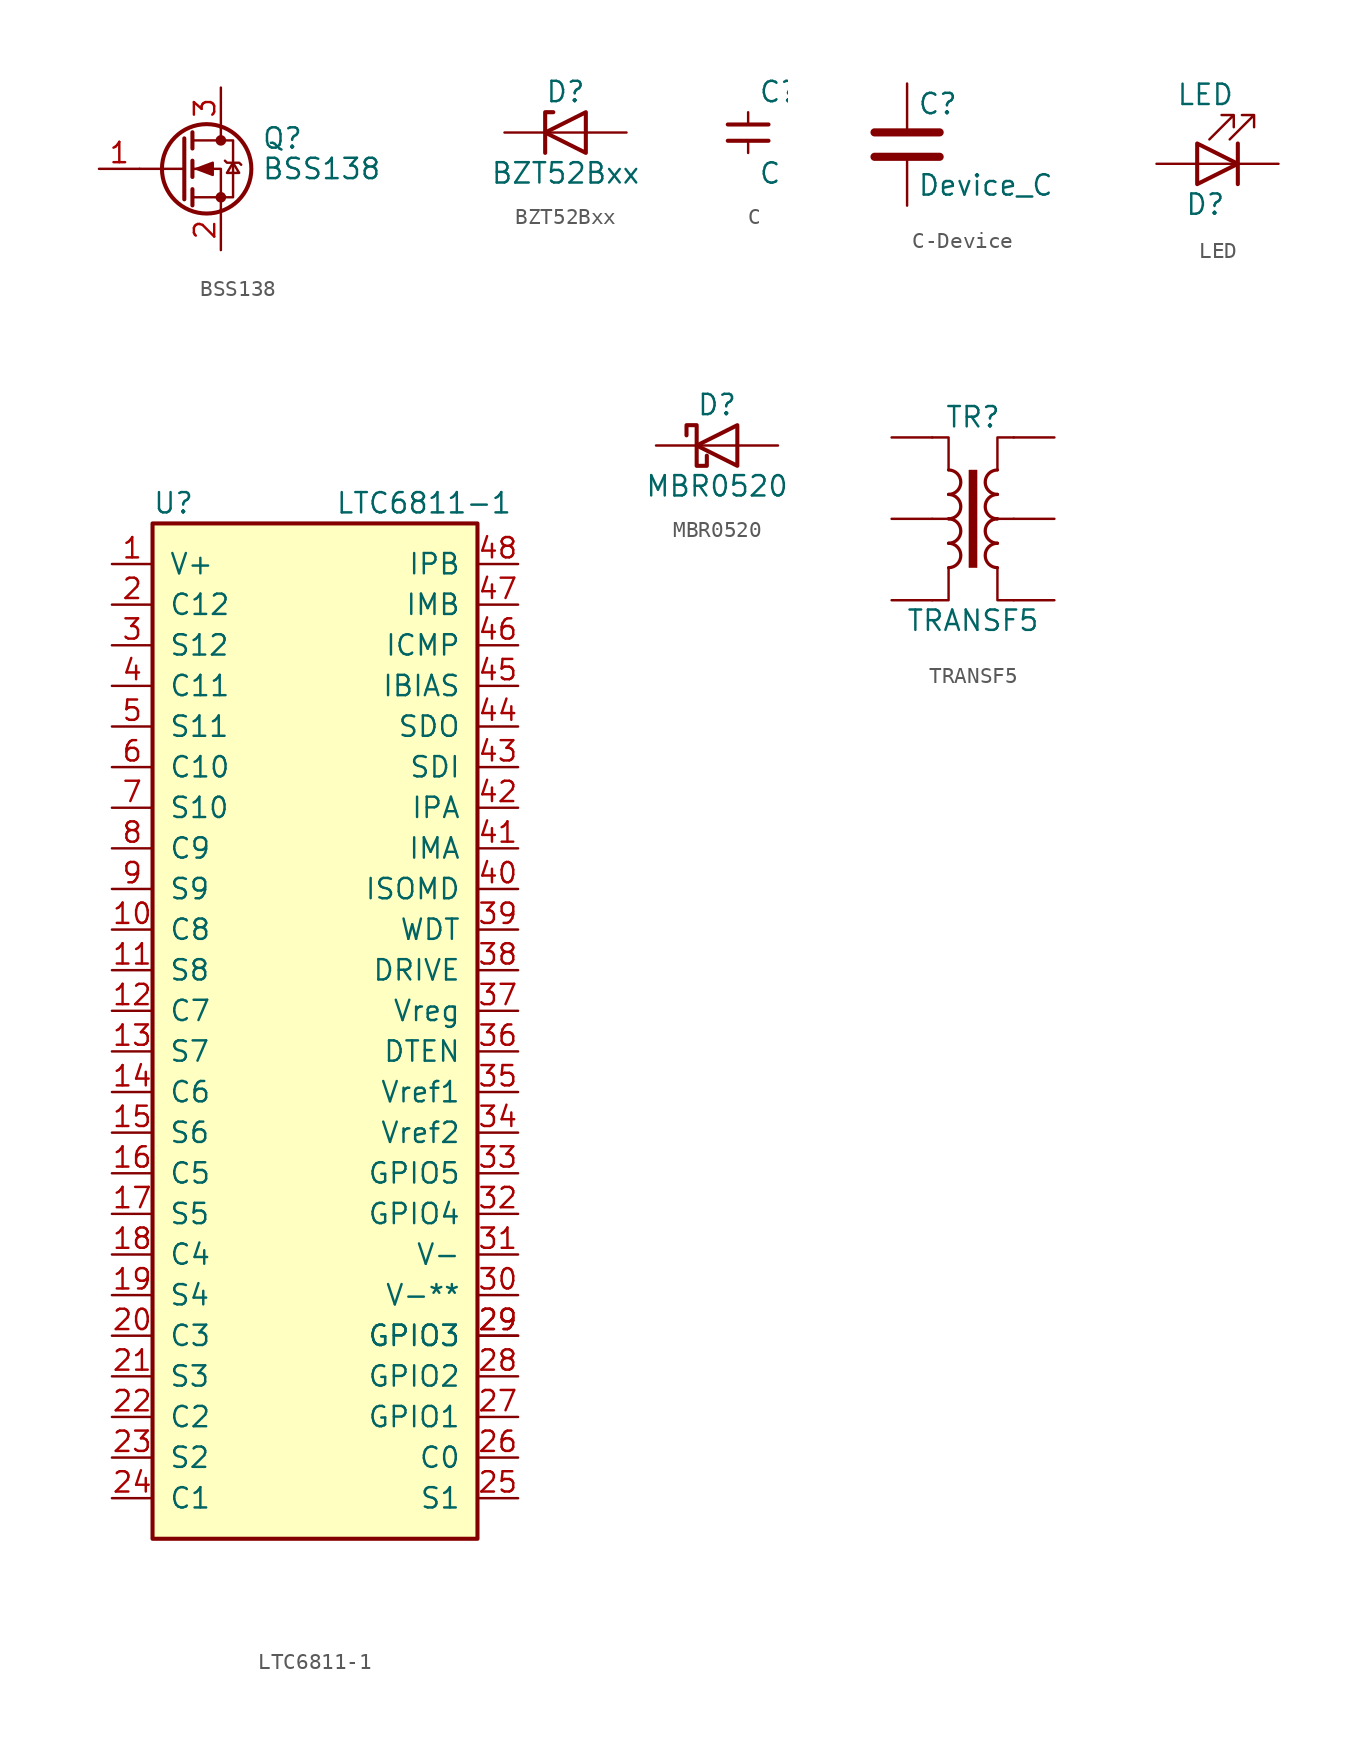
<source format=kicad_sym>
(kicad_symbol_lib
  (version 20220914)
  (generator kicad_symbol_editor)
  (symbol "BSS138"
    (pin_names hide)
    (property "Reference" "Q"
      (at 5.08 1.905 0)
      (effects (font (size 1.27 1.27)) (justify left)))
    (property "Value" "BSS138"
      (at 5.08 0 0)
      (effects (font (size 1.27 1.27)) (justify left)))
    (symbol "BSS138_0_1"
      (polyline (pts (xy 0.254 0) (xy -2.54 0)) (stroke (width 0) (type default)) (fill (type none)))
      (polyline (pts (xy 0.254 1.905) (xy 0.254 -1.905)) (stroke (width 0.254) (type default)) (fill (type none)))
      (polyline (pts (xy 0.762 -1.27) (xy 0.762 -2.286)) (stroke (width 0.254) (type default)) (fill (type none)))
      (polyline (pts (xy 0.762 0.508) (xy 0.762 -0.508)) (stroke (width 0.254) (type default)) (fill (type none)))
      (polyline (pts (xy 0.762 2.286) (xy 0.762 1.27)) (stroke (width 0.254) (type default)) (fill (type none)))
      (polyline (pts (xy 2.54 2.54) (xy 2.54 1.778)) (stroke (width 0) (type default)) (fill (type none)))
      (polyline (pts (xy 2.54 -2.54) (xy 2.54 0) (xy 0.762 0)) (stroke (width 0) (type default)) (fill (type none)))
      (polyline (pts (xy 0.762 -1.778) (xy 3.302 -1.778) (xy 3.302 1.778) (xy 0.762 1.778)) (stroke (width 0) (type default)) (fill (type none)))
      (polyline (pts (xy 1.016 0) (xy 2.032 0.381) (xy 2.032 -0.381) (xy 1.016 0)) (stroke (width 0) (type default)) (fill (type outline)))
      (polyline (pts (xy 2.794 0.508) (xy 2.921 0.381) (xy 3.683 0.381) (xy 3.81 0.254)) (stroke (width 0) (type default)) (fill (type none)))
      (polyline (pts (xy 3.302 0.381) (xy 2.921 -0.254) (xy 3.683 -0.254) (xy 3.302 0.381)) (stroke (width 0) (type default)) (fill (type none)))
      (circle (center 1.651 0) (radius 2.794) (stroke (width 0.254) (type default)) (fill (type none)))
      (circle (center 2.54 -1.778) (radius 0.254) (stroke (width 0) (type default)) (fill (type outline)))
      (circle (center 2.54 1.778) (radius 0.254) (stroke (width 0) (type default)) (fill (type outline))))
    (symbol "BSS138_1_1"
      (pin input line (at -5.08 0 0) (length 2.54) (name "G" (effects (font (size 1.27 1.27)))) (number "1" (effects (font (size 1.27 1.27)))))
      (pin passive line (at 2.54 -5.08 90) (length 2.54) (name "S" (effects (font (size 1.27 1.27)))) (number "2" (effects (font (size 1.27 1.27)))))
      (pin passive line (at 2.54 5.08 270) (length 2.54) (name "D" (effects (font (size 1.27 1.27)))) (number "3" (effects (font (size 1.27 1.27)))))))
  (symbol "BZT52Bxx"
    (pin_numbers hide)
    (pin_names hide)
    (property "Reference" "D"
      (at 0 2.54 0)
      (effects (font (size 1.27 1.27))))
    (property "Value" "BZT52Bxx"
      (at 0 -2.54 0)
      (effects (font (size 1.27 1.27))))
    (symbol "BZT52Bxx_0_1"
      (polyline (pts (xy 1.27 0) (xy -1.27 0)) (stroke (width 0) (type default)) (fill (type none)))
      (polyline (pts (xy -1.27 -1.27) (xy -1.27 1.27) (xy -0.762 1.27)) (stroke (width 0.254) (type default)) (fill (type none)))
      (polyline (pts (xy 1.27 -1.27) (xy 1.27 1.27) (xy -1.27 0) (xy 1.27 -1.27)) (stroke (width 0.254) (type default)) (fill (type none))))
    (symbol "BZT52Bxx_1_1"
      (pin passive line (at -3.81 0 0) (length 2.54) (name "K" (effects (font (size 1.27 1.27)))) (number "1" (effects (font (size 1.27 1.27)))))
      (pin passive line (at 3.81 0 180) (length 2.54) (name "A" (effects (font (size 1.27 1.27)))) (number "2" (effects (font (size 1.27 1.27)))))))
  (symbol "C"
    (pin_numbers hide)
    (pin_names
      (offset 0.254))
    (property "Reference" "C"
      (at 0.635 2.54 0)
      (effects (font (size 1.27 1.27)) (justify left)))
    (property "Value" "C"
      (at 0.635 -2.54 0)
      (effects (font (size 1.27 1.27)) (justify left)))
    (symbol "C_1_1"
      (polyline (pts (xy -1.27 -0.508) (xy 1.27 -0.508)) (stroke (width 0.254) (type default)) (fill (type none)))
      (polyline (pts (xy -1.27 0.508) (xy 1.27 0.508)) (stroke (width 0.254) (type default)) (fill (type none)))
      (pin passive line (at 0 1.27 270) (length 0.762) (name "~" (effects (font (size 1.27 1.27)))) (number "1" (effects (font (size 1.27 1.27)))))
      (pin passive line (at 0 -1.27 90) (length 0.762) (name "~" (effects (font (size 1.27 1.27)))) (number "2" (effects (font (size 1.27 1.27)))))))
  (symbol "C-Device"
    (pin_numbers hide)
    (pin_names
      (offset 0.254))
    (property "Reference" "C"
      (at 0.635 2.54 0)
      (effects (font (size 1.27 1.27)) (justify left)))
    (property "Value" "Device_C"
      (at 0.635 -2.54 0)
      (effects (font (size 1.27 1.27)) (justify left)))
    (symbol "C-Device_0_1"
      (polyline (pts (xy -2.032 -0.762) (xy 2.032 -0.762)) (stroke (width 0.508) (type solid)) (fill (type none)))
      (polyline (pts (xy -2.032 0.762) (xy 2.032 0.762)) (stroke (width 0.508) (type solid)) (fill (type none))))
    (symbol "C-Device_1_1"
      (pin passive line (at 0 3.81 270) (length 2.794) (name "~" (effects (font (size 1.27 1.27)))) (number "1" (effects (font (size 1.27 1.27)))))
      (pin passive line (at 0 -3.81 90) (length 2.794) (name "~" (effects (font (size 1.27 1.27)))) (number "2" (effects (font (size 1.27 1.27)))))))
  (symbol "LED"
    (pin_numbers hide)
    (pin_names
      (offset 1.016) hide)
    (property "Reference" "D"
      (at -0.762 -2.54 0)
      (effects (font (size 1.27 1.27))))
    (property "Value" "LED"
      (at -0.762 4.318 0)
      (effects (font (size 1.27 1.27))))
    (symbol "LED_0_1"
      (polyline (pts (xy 1.27 0) (xy -1.27 0)) (stroke (width 0) (type default)) (fill (type none)))
      (polyline (pts (xy 1.27 1.27) (xy 1.27 -1.27)) (stroke (width 0.254) (type default)) (fill (type none)))
      (polyline (pts (xy -1.27 1.27) (xy -1.27 -1.27) (xy 1.27 0) (xy -1.27 1.27)) (stroke (width 0.254) (type default)) (fill (type none)))
      (polyline (pts (xy -0.508 1.524) (xy 1.016 3.048) (xy 0.254 3.048) (xy 1.016 3.048) (xy 1.016 2.286)) (stroke (width 0) (type default)) (fill (type none)))
      (polyline (pts (xy 0.762 1.524) (xy 2.286 3.048) (xy 1.524 3.048) (xy 2.286 3.048) (xy 2.286 2.286)) (stroke (width 0) (type default)) (fill (type none))))
    (symbol "LED_1_1"
      (pin passive line (at 3.81 0 180) (length 2.54) (name "K" (effects (font (size 1.27 1.27)))) (number "1" (effects (font (size 1.27 1.27)))))
      (pin passive line (at -3.81 0 0) (length 2.54) (name "A" (effects (font (size 1.27 1.27)))) (number "2" (effects (font (size 1.27 1.27)))))))
  (symbol "LTC6811-1"
    (pin_names
      (offset 1.016))
    (property "Reference" "U"
      (at -10.16 34.29 0)
      (effects (font (size 1.27 1.27)) (justify left)))
    (property "Value" "LTC6811-1"
      (at 1.27 34.29 0)
      (effects (font (size 1.27 1.27)) (justify left)))
    (symbol "LTC6811-1_0_1"
      (rectangle (start 10.16 -30.48) (end -10.16 33.02) (stroke (width 0.254) (type solid)) (fill (type background))))
    (symbol "LTC6811-1_1_1"
      (pin input line (at -12.7 30.48 0) (length 2.54) (name "V+" (effects (font (size 1.27 1.27)))) (number "1" (effects (font (size 1.27 1.27)))))
      (pin input line (at -12.7 7.62 0) (length 2.54) (name "C8" (effects (font (size 1.27 1.27)))) (number "10" (effects (font (size 1.27 1.27)))))
      (pin input line (at -12.7 5.08 0) (length 2.54) (name "S8" (effects (font (size 1.27 1.27)))) (number "11" (effects (font (size 1.27 1.27)))))
      (pin input line (at -12.7 2.54 0) (length 2.54) (name "C7" (effects (font (size 1.27 1.27)))) (number "12" (effects (font (size 1.27 1.27)))))
      (pin input line (at -12.7 0 0) (length 2.54) (name "S7" (effects (font (size 1.27 1.27)))) (number "13" (effects (font (size 1.27 1.27)))))
      (pin input line (at -12.7 -2.54 0) (length 2.54) (name "C6" (effects (font (size 1.27 1.27)))) (number "14" (effects (font (size 1.27 1.27)))))
      (pin input line (at -12.7 -5.08 0) (length 2.54) (name "S6" (effects (font (size 1.27 1.27)))) (number "15" (effects (font (size 1.27 1.27)))))
      (pin input line (at -12.7 -7.62 0) (length 2.54) (name "C5" (effects (font (size 1.27 1.27)))) (number "16" (effects (font (size 1.27 1.27)))))
      (pin input line (at -12.7 -10.16 0) (length 2.54) (name "S5" (effects (font (size 1.27 1.27)))) (number "17" (effects (font (size 1.27 1.27)))))
      (pin input line (at -12.7 -12.7 0) (length 2.54) (name "C4" (effects (font (size 1.27 1.27)))) (number "18" (effects (font (size 1.27 1.27)))))
      (pin input line (at -12.7 -15.24 0) (length 2.54) (name "S4" (effects (font (size 1.27 1.27)))) (number "19" (effects (font (size 1.27 1.27)))))
      (pin input line (at -12.7 27.94 0) (length 2.54) (name "C12" (effects (font (size 1.27 1.27)))) (number "2" (effects (font (size 1.27 1.27)))))
      (pin input line (at -12.7 -17.78 0) (length 2.54) (name "C3" (effects (font (size 1.27 1.27)))) (number "20" (effects (font (size 1.27 1.27)))))
      (pin input line (at -12.7 -20.32 0) (length 2.54) (name "S3" (effects (font (size 1.27 1.27)))) (number "21" (effects (font (size 1.27 1.27)))))
      (pin input line (at -12.7 -22.86 0) (length 2.54) (name "C2" (effects (font (size 1.27 1.27)))) (number "22" (effects (font (size 1.27 1.27)))))
      (pin input line (at -12.7 -25.4 0) (length 2.54) (name "S2" (effects (font (size 1.27 1.27)))) (number "23" (effects (font (size 1.27 1.27)))))
      (pin input line (at -12.7 -27.94 0) (length 2.54) (name "C1" (effects (font (size 1.27 1.27)))) (number "24" (effects (font (size 1.27 1.27)))))
      (pin input line (at 12.7 -27.94 180) (length 2.54) (name "S1" (effects (font (size 1.27 1.27)))) (number "25" (effects (font (size 1.27 1.27)))))
      (pin input line (at 12.7 -25.4 180) (length 2.54) (name "C0" (effects (font (size 1.27 1.27)))) (number "26" (effects (font (size 1.27 1.27)))))
      (pin input line (at 12.7 -22.86 180) (length 2.54) (name "GPIO1" (effects (font (size 1.27 1.27)))) (number "27" (effects (font (size 1.27 1.27)))))
      (pin no_connect line (at 0 35.56 270) (length 2.54) hide (name "NC" (effects (font (size 1.27 1.27)))) (number "27" (effects (font (size 1.27 1.27)))))
      (pin input line (at 12.7 -20.32 180) (length 2.54) (name "GPIO2" (effects (font (size 1.27 1.27)))) (number "28" (effects (font (size 1.27 1.27)))))
      (pin input line (at 12.7 -17.78 180) (length 2.54) (name "GPIO3" (effects (font (size 1.27 1.27)))) (number "29" (effects (font (size 1.27 1.27)))))
      (pin input line (at 12.7 -17.78 180) (length 2.54) (name "GPIO3" (effects (font (size 1.27 1.27)))) (number "29" (effects (font (size 1.27 1.27)))))
      (pin input line (at -12.7 25.4 0) (length 2.54) (name "S12" (effects (font (size 1.27 1.27)))) (number "3" (effects (font (size 1.27 1.27)))))
      (pin input line (at 12.7 -15.24 180) (length 2.54) (name "V-**" (effects (font (size 1.27 1.27)))) (number "30" (effects (font (size 1.27 1.27)))))
      (pin input line (at 12.7 -12.7 180) (length 2.54) (name "V-" (effects (font (size 1.27 1.27)))) (number "31" (effects (font (size 1.27 1.27)))))
      (pin input line (at 12.7 -10.16 180) (length 2.54) (name "GPIO4" (effects (font (size 1.27 1.27)))) (number "32" (effects (font (size 1.27 1.27)))))
      (pin input line (at 12.7 -7.62 180) (length 2.54) (name "GPIO5" (effects (font (size 1.27 1.27)))) (number "33" (effects (font (size 1.27 1.27)))))
      (pin no_connect line (at -2.54 35.56 270) (length 2.54) hide (name "NC" (effects (font (size 1.27 1.27)))) (number "33" (effects (font (size 1.27 1.27)))))
      (pin input line (at 12.7 -5.08 180) (length 2.54) (name "Vref2" (effects (font (size 1.27 1.27)))) (number "34" (effects (font (size 1.27 1.27)))))
      (pin input line (at 12.7 -2.54 180) (length 2.54) (name "Vref1" (effects (font (size 1.27 1.27)))) (number "35" (effects (font (size 1.27 1.27)))))
      (pin input line (at 12.7 0 180) (length 2.54) (name "DTEN" (effects (font (size 1.27 1.27)))) (number "36" (effects (font (size 1.27 1.27)))))
      (pin input line (at 12.7 2.54 180) (length 2.54) (name "Vreg" (effects (font (size 1.27 1.27)))) (number "37" (effects (font (size 1.27 1.27)))))
      (pin input line (at 12.7 5.08 180) (length 2.54) (name "DRIVE" (effects (font (size 1.27 1.27)))) (number "38" (effects (font (size 1.27 1.27)))))
      (pin input line (at 12.7 7.62 180) (length 2.54) (name "WDT" (effects (font (size 1.27 1.27)))) (number "39" (effects (font (size 1.27 1.27)))))
      (pin input line (at -12.7 22.86 0) (length 2.54) (name "C11" (effects (font (size 1.27 1.27)))) (number "4" (effects (font (size 1.27 1.27)))))
      (pin input line (at 12.7 10.16 180) (length 2.54) (name "ISOMD" (effects (font (size 1.27 1.27)))) (number "40" (effects (font (size 1.27 1.27)))))
      (pin input line (at 12.7 12.7 180) (length 2.54) (name "IMA" (effects (font (size 1.27 1.27)))) (number "41" (effects (font (size 1.27 1.27)))))
      (pin input line (at 12.7 15.24 180) (length 2.54) (name "IPA" (effects (font (size 1.27 1.27)))) (number "42" (effects (font (size 1.27 1.27)))))
      (pin open_collector line (at 12.7 17.78 180) (length 2.54) (name "SDI" (effects (font (size 1.27 1.27)))) (number "43" (effects (font (size 1.27 1.27)))))
      (pin input line (at 12.7 20.32 180) (length 2.54) (name "SDO" (effects (font (size 1.27 1.27)))) (number "44" (effects (font (size 1.27 1.27)))))
      (pin input line (at 12.7 22.86 180) (length 2.54) (name "IBIAS" (effects (font (size 1.27 1.27)))) (number "45" (effects (font (size 1.27 1.27)))))
      (pin input line (at 12.7 25.4 180) (length 2.54) (name "ICMP" (effects (font (size 1.27 1.27)))) (number "46" (effects (font (size 1.27 1.27)))))
      (pin input line (at 12.7 27.94 180) (length 2.54) (name "IMB" (effects (font (size 1.27 1.27)))) (number "47" (effects (font (size 1.27 1.27)))))
      (pin input line (at 12.7 30.48 180) (length 2.54) (name "IPB" (effects (font (size 1.27 1.27)))) (number "48" (effects (font (size 1.27 1.27)))))
      (pin input line (at -12.7 20.32 0) (length 2.54) (name "S11" (effects (font (size 1.27 1.27)))) (number "5" (effects (font (size 1.27 1.27)))))
      (pin input line (at -12.7 17.78 0) (length 2.54) (name "C10" (effects (font (size 1.27 1.27)))) (number "6" (effects (font (size 1.27 1.27)))))
      (pin input line (at -12.7 15.24 0) (length 2.54) (name "S10" (effects (font (size 1.27 1.27)))) (number "7" (effects (font (size 1.27 1.27)))))
      (pin input line (at -12.7 12.7 0) (length 2.54) (name "C9" (effects (font (size 1.27 1.27)))) (number "8" (effects (font (size 1.27 1.27)))))
      (pin input line (at -12.7 10.16 0) (length 2.54) (name "S9" (effects (font (size 1.27 1.27)))) (number "9" (effects (font (size 1.27 1.27)))))))
  (symbol "MBR0520"
    (pin_numbers hide)
    (pin_names
      (offset 1.016) hide)
    (property "Reference" "D"
      (at 0 2.54 0)
      (effects (font (size 1.27 1.27))))
    (property "Value" "MBR0520"
      (at 0 -2.54 0)
      (effects (font (size 1.27 1.27))))
    (symbol "MBR0520_0_1"
      (polyline (pts (xy 1.27 0) (xy -1.27 0)) (stroke (width 0) (type default)) (fill (type none)))
      (polyline (pts (xy 1.27 1.27) (xy 1.27 -1.27) (xy -1.27 0) (xy 1.27 1.27)) (stroke (width 0.254) (type default)) (fill (type none)))
      (polyline (pts (xy -1.905 0.635) (xy -1.905 1.27) (xy -1.27 1.27) (xy -1.27 -1.27) (xy -0.635 -1.27) (xy -0.635 -0.635)) (stroke (width 0.254) (type default)) (fill (type none))))
    (symbol "MBR0520_1_1"
      (pin passive line (at -3.81 0 0) (length 2.54) (name "K" (effects (font (size 1.27 1.27)))) (number "1" (effects (font (size 1.27 1.27)))))
      (pin passive line (at 3.81 0 180) (length 2.54) (name "A" (effects (font (size 1.27 1.27)))) (number "2" (effects (font (size 1.27 1.27)))))))
  (symbol "TRANSF5"
    (pin_numbers hide)
    (pin_names
      (offset 0))
    (property "Reference" "TR"
      (at 0 6.35 0)
      (effects (font (size 1.27 1.27))))
    (property "Value" "TRANSF5"
      (at 0 -6.35 0)
      (effects (font (size 1.27 1.27))))
    (symbol "TRANSF5_0_1"
      (arc (start -1.524 -3.048) (mid -0.7653 -2.286) (end -1.524 -1.524) (stroke (width 0.2032) (type default)) (fill (type none)))
      (arc (start -1.524 -1.524) (mid -0.7653 -0.762) (end -1.524 0) (stroke (width 0.2032) (type default)) (fill (type none)))
      (arc (start -1.524 0) (mid -0.7653 0.762) (end -1.524 1.524) (stroke (width 0.2032) (type default)) (fill (type none)))
      (arc (start -1.524 1.524) (mid -0.7653 2.286) (end -1.524 3.048) (stroke (width 0.2032) (type default)) (fill (type none)))
      (rectangle (start -0.254 3.048) (end 0.254 -3.048) (stroke (width 0.025) (type default)) (fill (type outline)))
      (polyline (pts (xy -1.524 0) (xy -2.54 0) (xy -2.54 0)) (stroke (width 0) (type default)) (fill (type outline)))
      (polyline (pts (xy 1.524 0) (xy 2.54 0) (xy 2.54 0)) (stroke (width 0) (type default)) (fill (type outline)))
      (polyline (pts (xy -2.54 5.08) (xy -1.524 5.08) (xy -1.524 3.048) (xy -1.524 3.048)) (stroke (width 0.152) (type default)) (fill (type none)))
      (polyline (pts (xy -1.524 -3.048) (xy -1.524 -5.08) (xy -2.54 -5.08) (xy -2.54 -5.08)) (stroke (width 0.152) (type default)) (fill (type none)))
      (polyline (pts (xy 1.524 3.048) (xy 1.524 5.08) (xy 2.54 5.08) (xy 2.54 5.08)) (stroke (width 0.152) (type default)) (fill (type none)))
      (polyline (pts (xy 2.54 -5.08) (xy 1.524 -5.08) (xy 1.524 -3.048) (xy 1.524 -3.048)) (stroke (width 0.152) (type default)) (fill (type none)))
      (arc (start 1.524 -1.524) (mid 0.7653 -2.286) (end 1.524 -3.048) (stroke (width 0.2032) (type default)) (fill (type none)))
      (arc (start 1.524 0) (mid 0.7653 -0.762) (end 1.524 -1.524) (stroke (width 0.2032) (type default)) (fill (type none)))
      (arc (start 1.524 1.524) (mid 0.7653 0.762) (end 1.524 0) (stroke (width 0.2032) (type default)) (fill (type none)))
      (arc (start 1.524 3.048) (mid 0.7653 2.286) (end 1.524 1.524) (stroke (width 0.2032) (type default)) (fill (type none))))
    (symbol "TRANSF5_1_1"
      (pin passive line (at -5.08 5.08 0) (length 2.54) (name "~" (effects (font (size 1.27 1.27)))) (number "1" (effects (font (size 1.27 1.27)))))
      (pin passive line (at -5.08 0 0) (length 2.54) (name "~" (effects (font (size 1.27 1.27)))) (number "2" (effects (font (size 1.27 1.27)))))
      (pin passive line (at -5.08 -5.08 0) (length 2.54) (name "~" (effects (font (size 1.27 1.27)))) (number "3" (effects (font (size 1.27 1.27)))))
      (pin passive line (at 5.08 -5.08 180) (length 2.54) (name "~" (effects (font (size 1.27 1.27)))) (number "4" (effects (font (size 1.27 1.27)))))
      (pin passive line (at 5.08 0 180) (length 2.54) (name "~" (effects (font (size 1.27 1.27)))) (number "5" (effects (font (size 1.27 1.27)))))
      (pin passive line (at 5.08 5.08 180) (length 2.54) (name "~" (effects (font (size 1.27 1.27)))) (number "6" (effects (font (size 1.27 1.27))))))))
</source>
